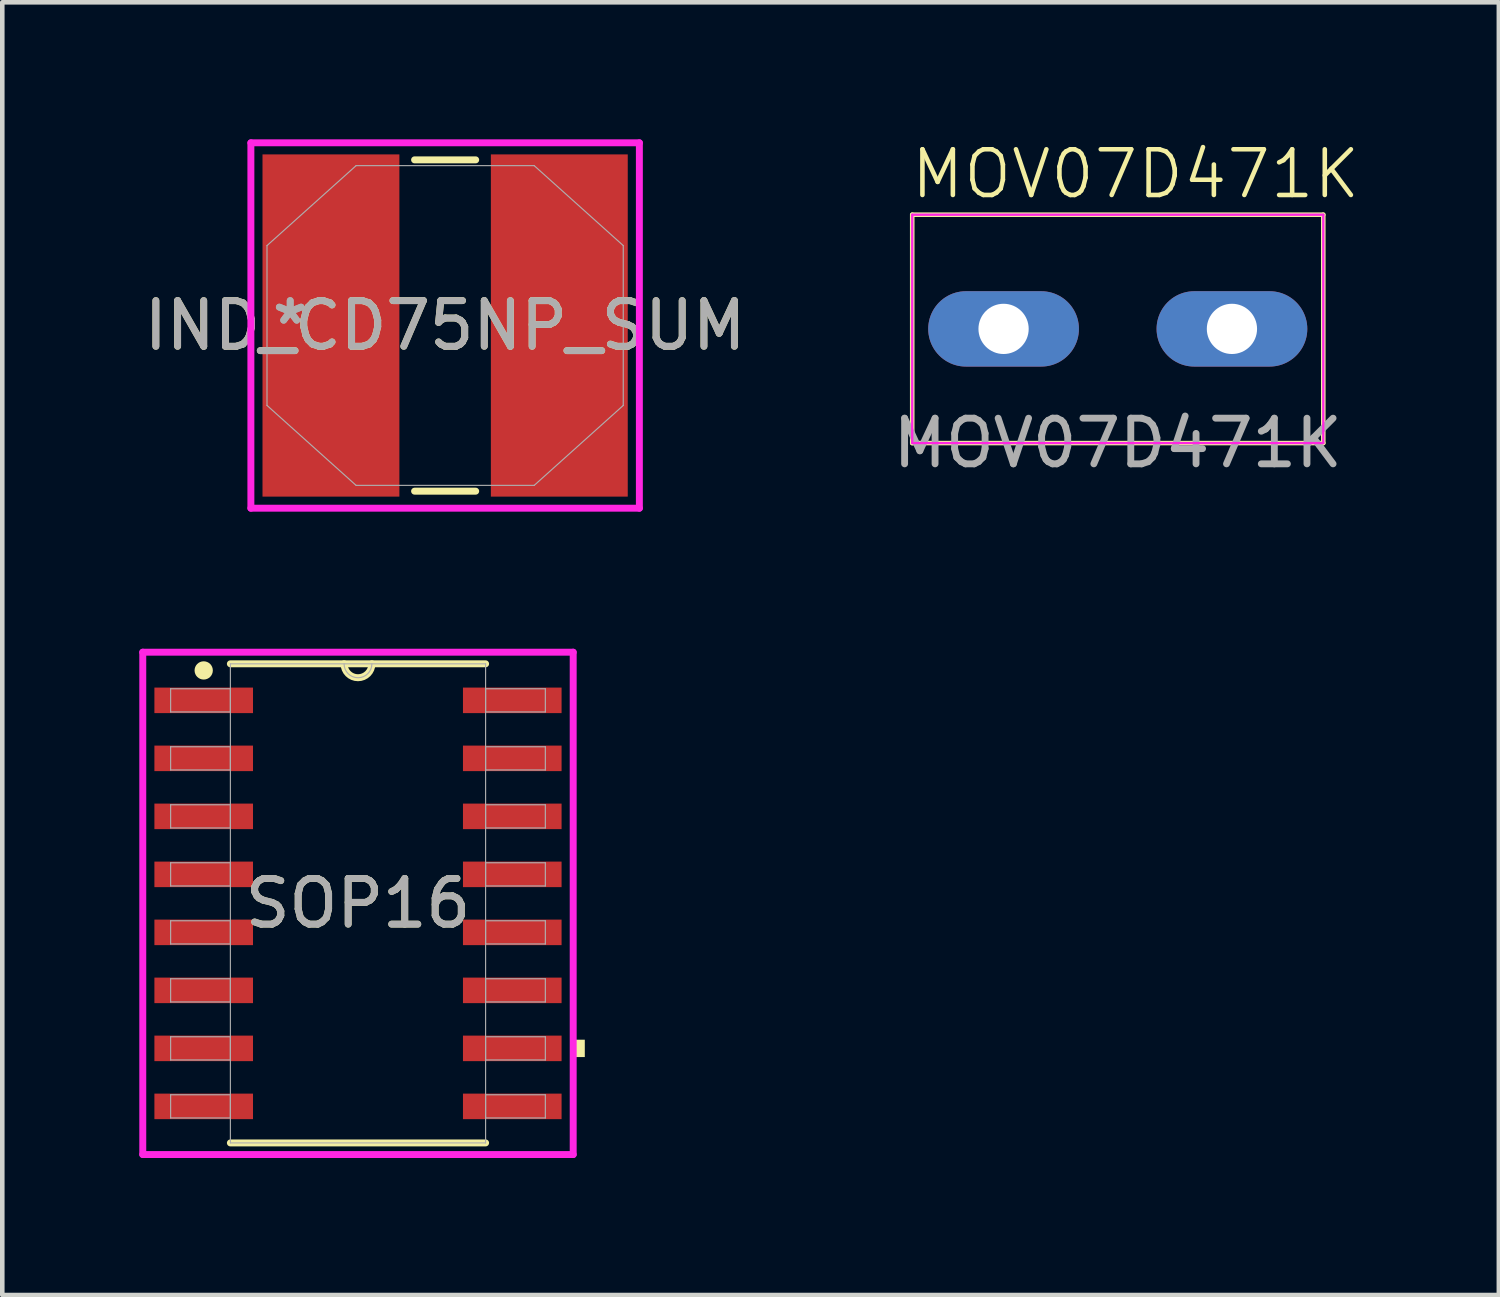
<source format=kicad_pcb>
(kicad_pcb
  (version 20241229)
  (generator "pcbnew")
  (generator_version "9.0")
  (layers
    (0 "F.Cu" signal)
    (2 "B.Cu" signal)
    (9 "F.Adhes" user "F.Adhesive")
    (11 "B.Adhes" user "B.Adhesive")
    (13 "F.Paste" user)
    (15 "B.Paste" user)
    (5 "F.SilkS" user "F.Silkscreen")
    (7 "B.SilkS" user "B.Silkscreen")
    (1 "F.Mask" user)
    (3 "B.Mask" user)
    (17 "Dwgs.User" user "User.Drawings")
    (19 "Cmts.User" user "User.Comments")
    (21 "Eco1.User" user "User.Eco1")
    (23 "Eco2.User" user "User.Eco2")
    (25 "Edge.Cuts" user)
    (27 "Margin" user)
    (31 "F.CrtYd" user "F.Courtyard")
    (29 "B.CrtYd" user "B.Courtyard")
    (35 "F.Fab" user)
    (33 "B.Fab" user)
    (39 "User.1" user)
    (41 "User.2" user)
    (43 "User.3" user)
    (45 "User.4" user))
  (footprint "SOP16"
    (layer "F.Cu")
    (at 4.788 16.729)
    (property "Reference" "SOP16" (at 0 0 0) (unlocked yes) (layer "F.SilkS") (effects (font (size 1 1) (thickness 0.15))))
    (attr smd)
    (fp_line (start -2.794 5.245) (end 2.794 5.245) (stroke (width 0.152) (type solid)) (layer "F.SilkS"))
    (fp_line (start 2.794 -5.245) (end -2.794 -5.245) (stroke (width 0.152) (type solid)) (layer "F.SilkS"))
    (fp_arc (start 0.3048 -5.2451) (mid 0 -4.9403) (end -0.3048 -5.2451) (stroke (width 0.1524) (type solid)) (layer "F.SilkS"))
    (fp_circle (center -3.378 -5.1) (end -3.278 -5.1) (stroke (width 0.2) (type solid)) (fill no) (layer "F.SilkS"))
    (fp_poly (pts (xy 4.966 2.985) (xy 4.966 3.365) (xy 4.712 3.365) (xy 4.712 2.985)) (stroke (width 0) (type solid)) (fill yes) (layer "F.SilkS"))
    (fp_line (start -4.712 -5.499) (end 4.712 -5.499) (stroke (width 0.152) (type solid)) (layer "F.CrtYd"))
    (fp_line (start -4.712 5.499) (end -4.712 -5.499) (stroke (width 0.152) (type solid)) (layer "F.CrtYd"))
    (fp_line (start 4.712 -5.499) (end 4.712 5.499) (stroke (width 0.152) (type solid)) (layer "F.CrtYd"))
    (fp_line (start 4.712 5.499) (end -4.712 5.499) (stroke (width 0.152) (type solid)) (layer "F.CrtYd"))
    (fp_line (start -4.102 -4.699) (end -4.102 -4.191) (stroke (width 0.025) (type solid)) (layer "F.Fab"))
    (fp_line (start -4.102 -4.191) (end -2.794 -4.191) (stroke (width 0.025) (type solid)) (layer "F.Fab"))
    (fp_line (start -4.102 -3.429) (end -4.102 -2.921) (stroke (width 0.025) (type solid)) (layer "F.Fab"))
    (fp_line (start -4.102 -2.921) (end -2.794 -2.921) (stroke (width 0.025) (type solid)) (layer "F.Fab"))
    (fp_line (start -4.102 -2.159) (end -4.102 -1.651) (stroke (width 0.025) (type solid)) (layer "F.Fab"))
    (fp_line (start -4.102 -1.651) (end -2.794 -1.651) (stroke (width 0.025) (type solid)) (layer "F.Fab"))
    (fp_line (start -4.102 -0.889) (end -4.102 -0.381) (stroke (width 0.025) (type solid)) (layer "F.Fab"))
    (fp_line (start -4.102 -0.381) (end -2.794 -0.381) (stroke (width 0.025) (type solid)) (layer "F.Fab"))
    (fp_line (start -4.102 0.381) (end -4.102 0.889) (stroke (width 0.025) (type solid)) (layer "F.Fab"))
    (fp_line (start -4.102 0.889) (end -2.794 0.889) (stroke (width 0.025) (type solid)) (layer "F.Fab"))
    (fp_line (start -4.102 1.651) (end -4.102 2.159) (stroke (width 0.025) (type solid)) (layer "F.Fab"))
    (fp_line (start -4.102 2.159) (end -2.794 2.159) (stroke (width 0.025) (type solid)) (layer "F.Fab"))
    (fp_line (start -4.102 2.921) (end -4.102 3.429) (stroke (width 0.025) (type solid)) (layer "F.Fab"))
    (fp_line (start -4.102 3.429) (end -2.794 3.429) (stroke (width 0.025) (type solid)) (layer "F.Fab"))
    (fp_line (start -4.102 4.191) (end -4.102 4.699) (stroke (width 0.025) (type solid)) (layer "F.Fab"))
    (fp_line (start -4.102 4.699) (end -2.794 4.699) (stroke (width 0.025) (type solid)) (layer "F.Fab"))
    (fp_line (start -2.794 -5.245) (end -2.794 5.245) (stroke (width 0.025) (type solid)) (layer "F.Fab"))
    (fp_line (start -2.794 -4.699) (end -4.102 -4.699) (stroke (width 0.025) (type solid)) (layer "F.Fab"))
    (fp_line (start -2.794 -4.191) (end -2.794 -4.699) (stroke (width 0.025) (type solid)) (layer "F.Fab"))
    (fp_line (start -2.794 -3.429) (end -4.102 -3.429) (stroke (width 0.025) (type solid)) (layer "F.Fab"))
    (fp_line (start -2.794 -2.921) (end -2.794 -3.429) (stroke (width 0.025) (type solid)) (layer "F.Fab"))
    (fp_line (start -2.794 -2.159) (end -4.102 -2.159) (stroke (width 0.025) (type solid)) (layer "F.Fab"))
    (fp_line (start -2.794 -1.651) (end -2.794 -2.159) (stroke (width 0.025) (type solid)) (layer "F.Fab"))
    (fp_line (start -2.794 -0.889) (end -4.102 -0.889) (stroke (width 0.025) (type solid)) (layer "F.Fab"))
    (fp_line (start -2.794 -0.381) (end -2.794 -0.889) (stroke (width 0.025) (type solid)) (layer "F.Fab"))
    (fp_line (start -2.794 0.381) (end -4.102 0.381) (stroke (width 0.025) (type solid)) (layer "F.Fab"))
    (fp_line (start -2.794 0.889) (end -2.794 0.381) (stroke (width 0.025) (type solid)) (layer "F.Fab"))
    (fp_line (start -2.794 1.651) (end -4.102 1.651) (stroke (width 0.025) (type solid)) (layer "F.Fab"))
    (fp_line (start -2.794 2.159) (end -2.794 1.651) (stroke (width 0.025) (type solid)) (layer "F.Fab"))
    (fp_line (start -2.794 2.921) (end -4.102 2.921) (stroke (width 0.025) (type solid)) (layer "F.Fab"))
    (fp_line (start -2.794 3.429) (end -2.794 2.921) (stroke (width 0.025) (type solid)) (layer "F.Fab"))
    (fp_line (start -2.794 4.191) (end -4.102 4.191) (stroke (width 0.025) (type solid)) (layer "F.Fab"))
    (fp_line (start -2.794 4.699) (end -2.794 4.191) (stroke (width 0.025) (type solid)) (layer "F.Fab"))
    (fp_line (start -2.794 5.245) (end 2.794 5.245) (stroke (width 0.025) (type solid)) (layer "F.Fab"))
    (fp_line (start 2.794 -5.245) (end -2.794 -5.245) (stroke (width 0.025) (type solid)) (layer "F.Fab"))
    (fp_line (start 2.794 -4.699) (end 2.794 -4.191) (stroke (width 0.025) (type solid)) (layer "F.Fab"))
    (fp_line (start 2.794 -4.191) (end 4.102 -4.191) (stroke (width 0.025) (type solid)) (layer "F.Fab"))
    (fp_line (start 2.794 -3.429) (end 2.794 -2.921) (stroke (width 0.025) (type solid)) (layer "F.Fab"))
    (fp_line (start 2.794 -2.921) (end 4.102 -2.921) (stroke (width 0.025) (type solid)) (layer "F.Fab"))
    (fp_line (start 2.794 -2.159) (end 2.794 -1.651) (stroke (width 0.025) (type solid)) (layer "F.Fab"))
    (fp_line (start 2.794 -1.651) (end 4.102 -1.651) (stroke (width 0.025) (type solid)) (layer "F.Fab"))
    (fp_line (start 2.794 -0.889) (end 2.794 -0.381) (stroke (width 0.025) (type solid)) (layer "F.Fab"))
    (fp_line (start 2.794 -0.381) (end 4.102 -0.381) (stroke (width 0.025) (type solid)) (layer "F.Fab"))
    (fp_line (start 2.794 0.381) (end 2.794 0.889) (stroke (width 0.025) (type solid)) (layer "F.Fab"))
    (fp_line (start 2.794 0.889) (end 4.102 0.889) (stroke (width 0.025) (type solid)) (layer "F.Fab"))
    (fp_line (start 2.794 1.651) (end 2.794 2.159) (stroke (width 0.025) (type solid)) (layer "F.Fab"))
    (fp_line (start 2.794 2.159) (end 4.102 2.159) (stroke (width 0.025) (type solid)) (layer "F.Fab"))
    (fp_line (start 2.794 2.921) (end 2.794 3.429) (stroke (width 0.025) (type solid)) (layer "F.Fab"))
    (fp_line (start 2.794 3.429) (end 4.102 3.429) (stroke (width 0.025) (type solid)) (layer "F.Fab"))
    (fp_line (start 2.794 4.191) (end 2.794 4.699) (stroke (width 0.025) (type solid)) (layer "F.Fab"))
    (fp_line (start 2.794 4.699) (end 4.102 4.699) (stroke (width 0.025) (type solid)) (layer "F.Fab"))
    (fp_line (start 2.794 5.245) (end 2.794 -5.245) (stroke (width 0.025) (type solid)) (layer "F.Fab"))
    (fp_line (start 4.102 -4.699) (end 2.794 -4.699) (stroke (width 0.025) (type solid)) (layer "F.Fab"))
    (fp_line (start 4.102 -4.191) (end 4.102 -4.699) (stroke (width 0.025) (type solid)) (layer "F.Fab"))
    (fp_line (start 4.102 -3.429) (end 2.794 -3.429) (stroke (width 0.025) (type solid)) (layer "F.Fab"))
    (fp_line (start 4.102 -2.921) (end 4.102 -3.429) (stroke (width 0.025) (type solid)) (layer "F.Fab"))
    (fp_line (start 4.102 -2.159) (end 2.794 -2.159) (stroke (width 0.025) (type solid)) (layer "F.Fab"))
    (fp_line (start 4.102 -1.651) (end 4.102 -2.159) (stroke (width 0.025) (type solid)) (layer "F.Fab"))
    (fp_line (start 4.102 -0.889) (end 2.794 -0.889) (stroke (width 0.025) (type solid)) (layer "F.Fab"))
    (fp_line (start 4.102 -0.381) (end 4.102 -0.889) (stroke (width 0.025) (type solid)) (layer "F.Fab"))
    (fp_line (start 4.102 0.381) (end 2.794 0.381) (stroke (width 0.025) (type solid)) (layer "F.Fab"))
    (fp_line (start 4.102 0.889) (end 4.102 0.381) (stroke (width 0.025) (type solid)) (layer "F.Fab"))
    (fp_line (start 4.102 1.651) (end 2.794 1.651) (stroke (width 0.025) (type solid)) (layer "F.Fab"))
    (fp_line (start 4.102 2.159) (end 4.102 1.651) (stroke (width 0.025) (type solid)) (layer "F.Fab"))
    (fp_line (start 4.102 2.921) (end 2.794 2.921) (stroke (width 0.025) (type solid)) (layer "F.Fab"))
    (fp_line (start 4.102 3.429) (end 4.102 2.921) (stroke (width 0.025) (type solid)) (layer "F.Fab"))
    (fp_line (start 4.102 4.191) (end 2.794 4.191) (stroke (width 0.025) (type solid)) (layer "F.Fab"))
    (fp_line (start 4.102 4.699) (end 4.102 4.191) (stroke (width 0.025) (type solid)) (layer "F.Fab"))
    (fp_arc (start 0.3048 -5.2451) (mid 0 -4.9403) (end -0.3048 -5.2451) (stroke (width 0.0254) (type solid)) (layer "F.Fab"))
    (fp_text user "${REFERENCE}" (at 0 0 0) (unlocked yes) (layer "F.Fab") (effects (font (size 1 1) (thickness 0.15))))
    (pad "1" smd rect (at -3.378 -4.445) (size 2.159 0.559) (layers "F.Cu" "F.Mask" "F.Paste"))
    (pad "2" smd rect (at -3.378 -3.175) (size 2.159 0.559) (layers "F.Cu" "F.Mask" "F.Paste"))
    (pad "3" smd rect (at -3.378 -1.905) (size 2.159 0.559) (layers "F.Cu" "F.Mask" "F.Paste"))
    (pad "4" smd rect (at -3.378 -0.635) (size 2.159 0.559) (layers "F.Cu" "F.Mask" "F.Paste"))
    (pad "5" smd rect (at -3.378 0.635) (size 2.159 0.559) (layers "F.Cu" "F.Mask" "F.Paste"))
    (pad "6" smd rect (at -3.378 1.905) (size 2.159 0.559) (layers "F.Cu" "F.Mask" "F.Paste"))
    (pad "7" smd rect (at -3.378 3.175) (size 2.159 0.559) (layers "F.Cu" "F.Mask" "F.Paste"))
    (pad "8" smd rect (at -3.378 4.445) (size 2.159 0.559) (layers "F.Cu" "F.Mask" "F.Paste"))
    (pad "9" smd rect (at 3.378 4.445) (size 2.159 0.559) (layers "F.Cu" "F.Mask" "F.Paste"))
    (pad "10" smd rect (at 3.378 3.175) (size 2.159 0.559) (layers "F.Cu" "F.Mask" "F.Paste"))
    (pad "11" smd rect (at 3.378 1.905) (size 2.159 0.559) (layers "F.Cu" "F.Mask" "F.Paste"))
    (pad "12" smd rect (at 3.378 0.635) (size 2.159 0.559) (layers "F.Cu" "F.Mask" "F.Paste"))
    (pad "13" smd rect (at 3.378 -0.635) (size 2.159 0.559) (layers "F.Cu" "F.Mask" "F.Paste"))
    (pad "14" smd rect (at 3.378 -1.905) (size 2.159 0.559) (layers "F.Cu" "F.Mask" "F.Paste"))
    (pad "15" smd rect (at 3.378 -3.175) (size 2.159 0.559) (layers "F.Cu" "F.Mask" "F.Paste"))
    (pad "16" smd rect (at 3.378 -4.445) (size 2.159 0.559) (layers "F.Cu" "F.Mask" "F.Paste")))
  (footprint "MOV07D471K"
    (layer "F.Cu")
    (at 21.423 4.151)
    (property "Reference" "MOV07D471K" (at 0.39 -3.39 0) (unlocked yes) (layer "F.SilkS") (effects (font (size 1 1) (thickness 0.1))))
    (attr through_hole)
    (fp_line (start -4.5 -2.5) (end 4.5 -2.5) (stroke (width 0.1) (type solid)) (layer "F.SilkS"))
    (fp_line (start -4.5 2.5) (end -4.5 -2.5) (stroke (width 0.1) (type solid)) (layer "F.SilkS"))
    (fp_line (start 4.5 -2.5) (end 4.5 2.5) (stroke (width 0.1) (type solid)) (layer "F.SilkS"))
    (fp_line (start 4.5 2.5) (end -4.5 2.5) (stroke (width 0.1) (type solid)) (layer "F.SilkS"))
    (fp_line (start -4.5 -2.5) (end 4.5 -2.5) (stroke (width 0.05) (type default)) (layer "F.CrtYd"))
    (fp_line (start -4.5 2.5) (end -4.5 -2.5) (stroke (width 0.05) (type default)) (layer "F.CrtYd"))
    (fp_line (start 4.5 -2.5) (end 4.5 2.5) (stroke (width 0.05) (type default)) (layer "F.CrtYd"))
    (fp_line (start 4.5 2.5) (end -4.5 2.5) (stroke (width 0.05) (type default)) (layer "F.CrtYd"))
    (fp_text user "${REFERENCE}" (at 0 2.5 0) (unlocked yes) (layer "F.Fab") (effects (font (size 1 1) (thickness 0.15))))
    (pad "1" thru_hole oval (at -2.5 0) (size 3.3 1.65) (drill 1.1) (layers "*.Cu" "*.Mask"))
    (pad "2" thru_hole oval (at 2.5 0) (size 3.3 1.65) (drill 1.1) (layers "*.Cu" "*.Mask")))
  (footprint "IND_CD75NP_SUM"
    (layer "F.Cu")
    (at 6.696 4.077)
    (property "Reference" "IND_CD75NP_SUM" (at 0 0 0) (unlocked yes) (layer "F.SilkS") (effects (font (size 1 1) (thickness 0.15))))
    (attr smd)
    (fp_line (start -0.669 3.627) (end 0.669 3.627) (stroke (width 0.152) (type solid)) (layer "F.SilkS"))
    (fp_line (start 0.669 -3.627) (end -0.669 -3.627) (stroke (width 0.152) (type solid)) (layer "F.SilkS"))
    (fp_line (start -4.253 -4) (end 4.253 -4) (stroke (width 0.152) (type solid)) (layer "F.CrtYd"))
    (fp_line (start -4.253 4) (end -4.253 -4) (stroke (width 0.152) (type solid)) (layer "F.CrtYd"))
    (fp_line (start 4.253 -4) (end 4.253 4) (stroke (width 0.152) (type solid)) (layer "F.CrtYd"))
    (fp_line (start 4.253 4) (end -4.253 4) (stroke (width 0.152) (type solid)) (layer "F.CrtYd"))
    (fp_line (start -3.9 -1.75) (end -3.9 1.75) (stroke (width 0.025) (type solid)) (layer "F.Fab"))
    (fp_line (start -3.9 1.75) (end -1.95 3.5) (stroke (width 0.025) (type solid)) (layer "F.Fab"))
    (fp_line (start -1.95 -3.5) (end -3.9 -1.75) (stroke (width 0.025) (type solid)) (layer "F.Fab"))
    (fp_line (start -1.95 3.5) (end 1.95 3.5) (stroke (width 0.025) (type solid)) (layer "F.Fab"))
    (fp_line (start 1.95 -3.5) (end -1.95 -3.5) (stroke (width 0.025) (type solid)) (layer "F.Fab"))
    (fp_line (start 1.95 3.5) (end 3.9 1.75) (stroke (width 0.025) (type solid)) (layer "F.Fab"))
    (fp_line (start 3.9 -1.75) (end 1.95 -3.5) (stroke (width 0.025) (type solid)) (layer "F.Fab"))
    (fp_line (start 3.9 1.75) (end 3.9 -1.75) (stroke (width 0.025) (type solid)) (layer "F.Fab"))
    (fp_text user "${REFERENCE}" (at 0 0 0) (unlocked yes) (layer "F.Fab") (effects (font (size 1 1) (thickness 0.15))))
    (fp_text user "*" (at -3.392 0 0) (unlocked yes) (layer "F.Fab") (effects (font (size 1 1) (thickness 0.15))))
    (fp_text user "*" (at -3.392 0 0) (layer "F.Fab") (effects (font (size 1 1) (thickness 0.15))))
    (pad "1" smd rect (at -2.5 0) (size 2.997 7.493) (layers "F.Cu" "F.Mask" "F.Paste"))
    (pad "2" smd rect (at 2.5 0) (size 2.997 7.493) (layers "F.Cu" "F.Mask" "F.Paste")))
  (gr_rect
    (start -3 -3)
    (end 29.767 25.304)
    (stroke (width 0.1) (type default))
    (fill no)
    (layer "Edge.Cuts")))
</source>
